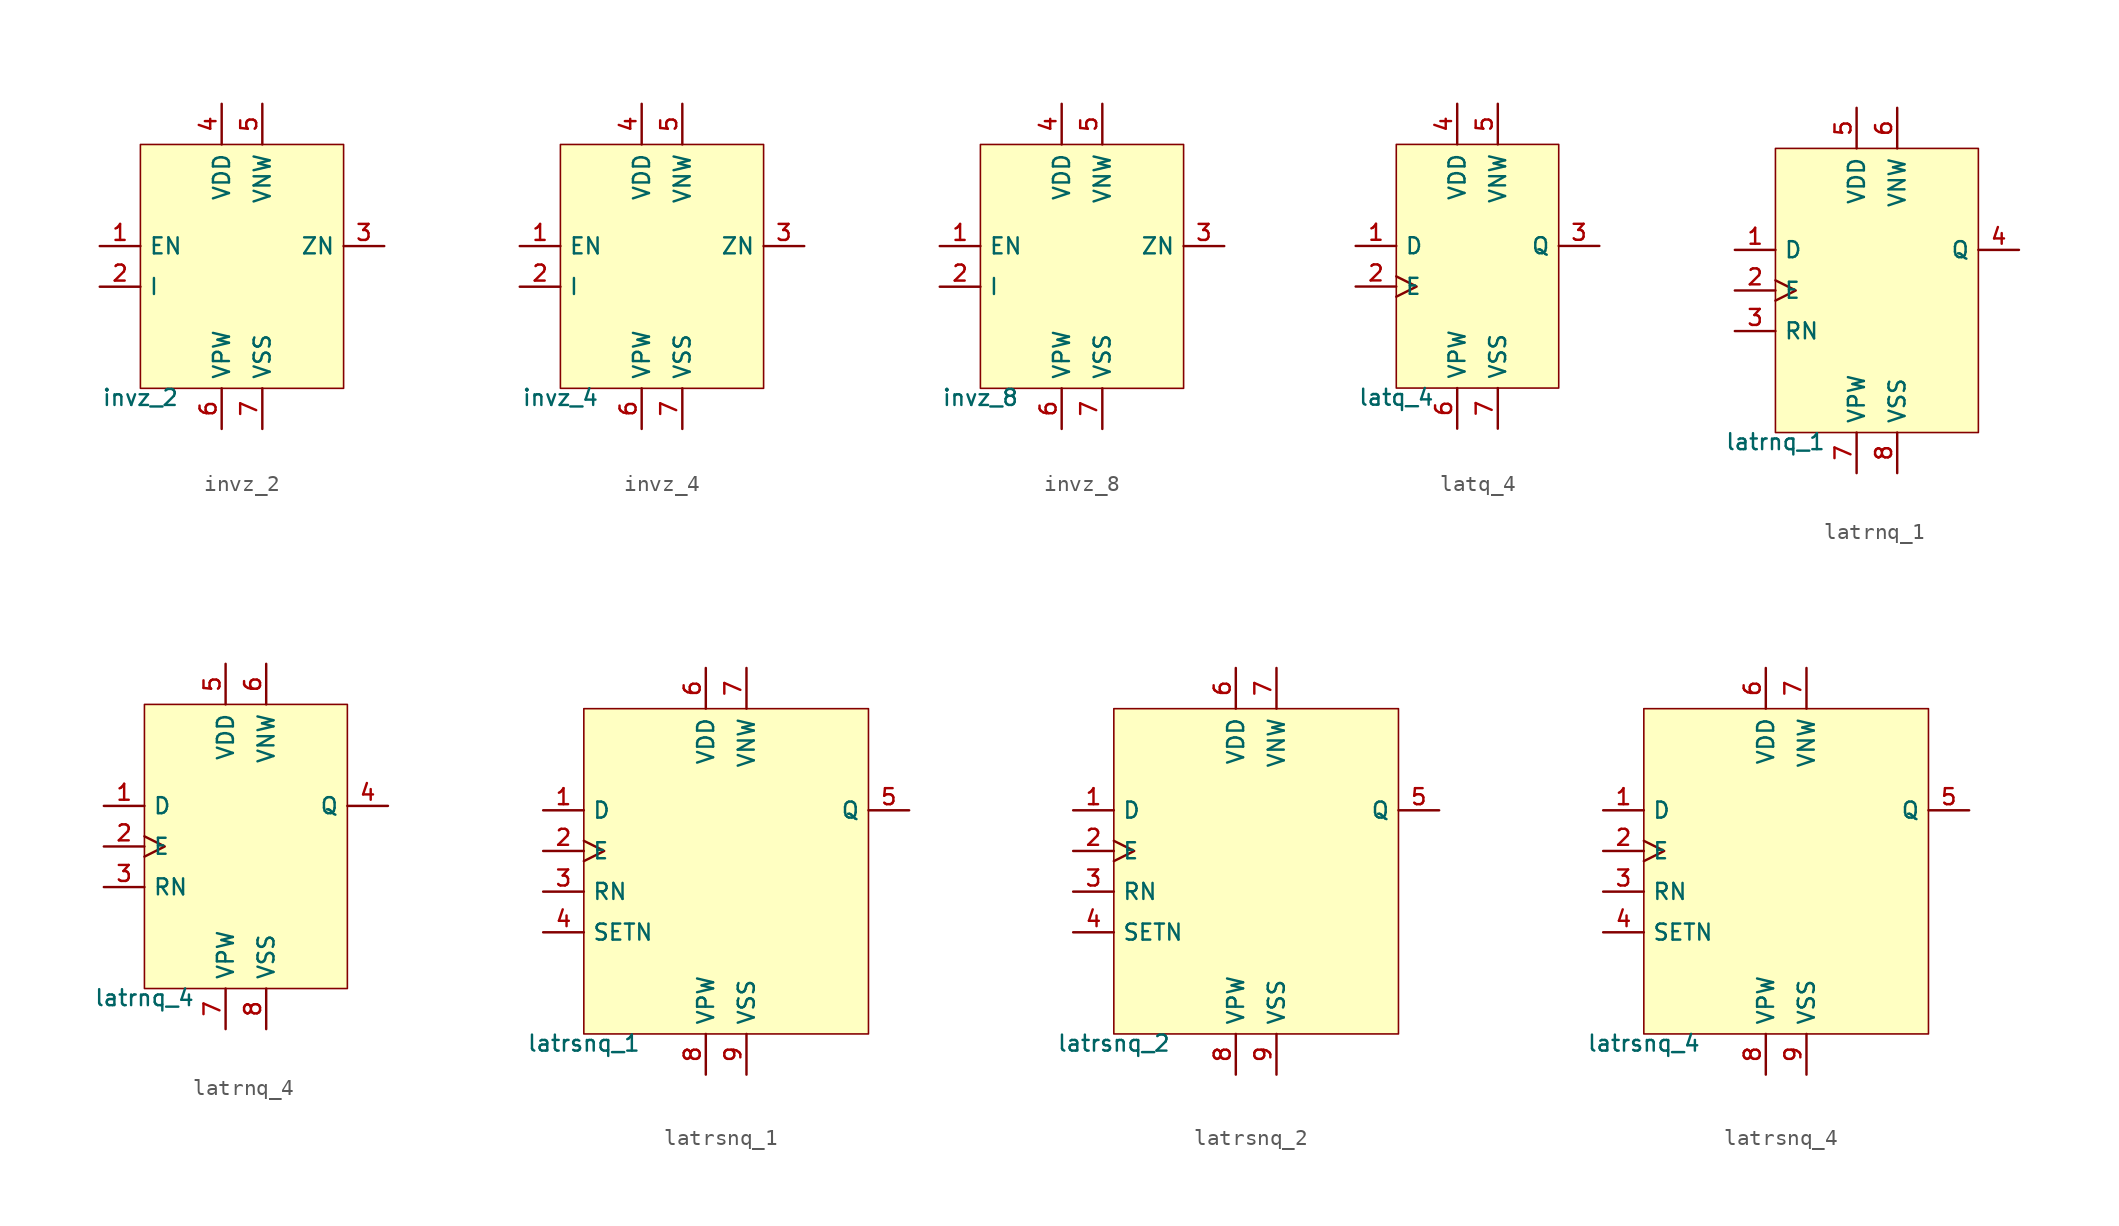
<source format=kicad_sym>
(kicad_symbol_lib
  (version 20211014)
  (generator pdk2kicad)
  (symbol "invz_2"
    (property "Reference" "X"
      (at 0 0 0)
      (effects (font (size 1 1)) hide))
    (property "Value" "invz_2"
      (at -6.35 -7.62 0)
      (effects (font (size 1 1)) (justify top)))
    (rectangle
      (start -6.35 -7.62)
      (end 6.35 7.62)
      (stroke (width 0.1) (type solid) (color 0 0 0 0))
      (fill (type background)))
    (pin input line
      (at -8.89 1.27 0)
      (length 2.54)
      (name "EN" (effects (font (size 1 1)) hide))
      (number "1" (effects (font (size 1 1)) hide)))
    (pin input line
      (at -8.89 -1.27 0)
      (length 2.54)
      (name "I" (effects (font (size 1 1)) hide))
      (number "2" (effects (font (size 1 1)) hide)))
    (pin output line
      (at 8.89 1.27 180)
      (length 2.54)
      (name "ZN" (effects (font (size 1 1)) hide))
      (number "3" (effects (font (size 1 1)) hide)))
    (pin power_in line
      (at -1.27 10.16 270)
      (length 2.54)
      (name "VDD" (effects (font (size 1 1)) hide))
      (number "4" (effects (font (size 1 1)) hide)))
    (pin power_in line
      (at 1.27 10.16 270)
      (length 2.54)
      (name "VNW" (effects (font (size 1 1)) hide))
      (number "5" (effects (font (size 1 1)) hide)))
    (pin power_in line
      (at -1.27 -10.16 90)
      (length 2.54)
      (name "VPW" (effects (font (size 1 1)) hide))
      (number "6" (effects (font (size 1 1)) hide)))
    (pin power_in line
      (at 1.27 -10.16 90)
      (length 2.54)
      (name "VSS" (effects (font (size 1 1)) hide))
      (number "7" (effects (font (size 1 1)) hide))))
  (symbol "invz_4"
    (property "Reference" "X"
      (at 0 0 0)
      (effects (font (size 1 1)) hide))
    (property "Value" "invz_4"
      (at -6.35 -7.62 0)
      (effects (font (size 1 1)) (justify top)))
    (rectangle
      (start -6.35 -7.62)
      (end 6.35 7.62)
      (stroke (width 0.1) (type solid) (color 0 0 0 0))
      (fill (type background)))
    (pin input line
      (at -8.89 1.27 0)
      (length 2.54)
      (name "EN" (effects (font (size 1 1)) hide))
      (number "1" (effects (font (size 1 1)) hide)))
    (pin input line
      (at -8.89 -1.27 0)
      (length 2.54)
      (name "I" (effects (font (size 1 1)) hide))
      (number "2" (effects (font (size 1 1)) hide)))
    (pin output line
      (at 8.89 1.27 180)
      (length 2.54)
      (name "ZN" (effects (font (size 1 1)) hide))
      (number "3" (effects (font (size 1 1)) hide)))
    (pin power_in line
      (at -1.27 10.16 270)
      (length 2.54)
      (name "VDD" (effects (font (size 1 1)) hide))
      (number "4" (effects (font (size 1 1)) hide)))
    (pin power_in line
      (at 1.27 10.16 270)
      (length 2.54)
      (name "VNW" (effects (font (size 1 1)) hide))
      (number "5" (effects (font (size 1 1)) hide)))
    (pin power_in line
      (at -1.27 -10.16 90)
      (length 2.54)
      (name "VPW" (effects (font (size 1 1)) hide))
      (number "6" (effects (font (size 1 1)) hide)))
    (pin power_in line
      (at 1.27 -10.16 90)
      (length 2.54)
      (name "VSS" (effects (font (size 1 1)) hide))
      (number "7" (effects (font (size 1 1)) hide))))
  (symbol "invz_8"
    (property "Reference" "X"
      (at 0 0 0)
      (effects (font (size 1 1)) hide))
    (property "Value" "invz_8"
      (at -6.35 -7.62 0)
      (effects (font (size 1 1)) (justify top)))
    (rectangle
      (start -6.35 -7.62)
      (end 6.35 7.62)
      (stroke (width 0.1) (type solid) (color 0 0 0 0))
      (fill (type background)))
    (pin input line
      (at -8.89 1.27 0)
      (length 2.54)
      (name "EN" (effects (font (size 1 1)) hide))
      (number "1" (effects (font (size 1 1)) hide)))
    (pin input line
      (at -8.89 -1.27 0)
      (length 2.54)
      (name "I" (effects (font (size 1 1)) hide))
      (number "2" (effects (font (size 1 1)) hide)))
    (pin output line
      (at 8.89 1.27 180)
      (length 2.54)
      (name "ZN" (effects (font (size 1 1)) hide))
      (number "3" (effects (font (size 1 1)) hide)))
    (pin power_in line
      (at -1.27 10.16 270)
      (length 2.54)
      (name "VDD" (effects (font (size 1 1)) hide))
      (number "4" (effects (font (size 1 1)) hide)))
    (pin power_in line
      (at 1.27 10.16 270)
      (length 2.54)
      (name "VNW" (effects (font (size 1 1)) hide))
      (number "5" (effects (font (size 1 1)) hide)))
    (pin power_in line
      (at -1.27 -10.16 90)
      (length 2.54)
      (name "VPW" (effects (font (size 1 1)) hide))
      (number "6" (effects (font (size 1 1)) hide)))
    (pin power_in line
      (at 1.27 -10.16 90)
      (length 2.54)
      (name "VSS" (effects (font (size 1 1)) hide))
      (number "7" (effects (font (size 1 1)) hide))))
  (symbol "latq_4"
    (property "Reference" "X"
      (at 0 0 0)
      (effects (font (size 1 1)) hide))
    (property "Value" "latq_4"
      (at -5.08 -7.62 0)
      (effects (font (size 1 1)) (justify top)))
    (rectangle
      (start -5.08 -7.62)
      (end 5.08 7.62)
      (stroke (width 0.1) (type solid) (color 0 0 0 0))
      (fill (type background)))
    (pin input line
      (at -7.62 1.27 0)
      (length 2.54)
      (name "D" (effects (font (size 1 1)) hide))
      (number "1" (effects (font (size 1 1)) hide)))
    (pin input clock
      (at -7.62 -1.27 0)
      (length 2.54)
      (name "E" (effects (font (size 1 1)) hide))
      (number "2" (effects (font (size 1 1)) hide)))
    (pin output line
      (at 7.62 1.27 180)
      (length 2.54)
      (name "Q" (effects (font (size 1 1)) hide))
      (number "3" (effects (font (size 1 1)) hide)))
    (pin power_in line
      (at -1.27 10.16 270)
      (length 2.54)
      (name "VDD" (effects (font (size 1 1)) hide))
      (number "4" (effects (font (size 1 1)) hide)))
    (pin power_in line
      (at 1.27 10.16 270)
      (length 2.54)
      (name "VNW" (effects (font (size 1 1)) hide))
      (number "5" (effects (font (size 1 1)) hide)))
    (pin power_in line
      (at -1.27 -10.16 90)
      (length 2.54)
      (name "VPW" (effects (font (size 1 1)) hide))
      (number "6" (effects (font (size 1 1)) hide)))
    (pin power_in line
      (at 1.27 -10.16 90)
      (length 2.54)
      (name "VSS" (effects (font (size 1 1)) hide))
      (number "7" (effects (font (size 1 1)) hide))))
  (symbol "latrnq_1"
    (property "Reference" "X"
      (at 0 0 0)
      (effects (font (size 1 1)) hide))
    (property "Value" "latrnq_1"
      (at -6.35 -8.89 0)
      (effects (font (size 1 1)) (justify top)))
    (rectangle
      (start -6.35 -8.89)
      (end 6.35 8.89)
      (stroke (width 0.1) (type solid) (color 0 0 0 0))
      (fill (type background)))
    (pin input line
      (at -8.89 2.54 0)
      (length 2.54)
      (name "D" (effects (font (size 1 1)) hide))
      (number "1" (effects (font (size 1 1)) hide)))
    (pin input clock
      (at -8.89 4.440892098500626e-16 0)
      (length 2.54)
      (name "E" (effects (font (size 1 1)) hide))
      (number "2" (effects (font (size 1 1)) hide)))
    (pin input line
      (at -8.89 -2.54 0)
      (length 2.54)
      (name "RN" (effects (font (size 1 1)) hide))
      (number "3" (effects (font (size 1 1)) hide)))
    (pin output line
      (at 8.89 2.54 180)
      (length 2.54)
      (name "Q" (effects (font (size 1 1)) hide))
      (number "4" (effects (font (size 1 1)) hide)))
    (pin power_in line
      (at -1.27 11.43 270)
      (length 2.54)
      (name "VDD" (effects (font (size 1 1)) hide))
      (number "5" (effects (font (size 1 1)) hide)))
    (pin power_in line
      (at 1.27 11.43 270)
      (length 2.54)
      (name "VNW" (effects (font (size 1 1)) hide))
      (number "6" (effects (font (size 1 1)) hide)))
    (pin power_in line
      (at -1.27 -11.43 90)
      (length 2.54)
      (name "VPW" (effects (font (size 1 1)) hide))
      (number "7" (effects (font (size 1 1)) hide)))
    (pin power_in line
      (at 1.27 -11.43 90)
      (length 2.54)
      (name "VSS" (effects (font (size 1 1)) hide))
      (number "8" (effects (font (size 1 1)) hide))))
  (symbol "latrnq_4"
    (property "Reference" "X"
      (at 0 0 0)
      (effects (font (size 1 1)) hide))
    (property "Value" "latrnq_4"
      (at -6.35 -8.89 0)
      (effects (font (size 1 1)) (justify top)))
    (rectangle
      (start -6.35 -8.89)
      (end 6.35 8.89)
      (stroke (width 0.1) (type solid) (color 0 0 0 0))
      (fill (type background)))
    (pin input line
      (at -8.89 2.54 0)
      (length 2.54)
      (name "D" (effects (font (size 1 1)) hide))
      (number "1" (effects (font (size 1 1)) hide)))
    (pin input clock
      (at -8.89 4.440892098500626e-16 0)
      (length 2.54)
      (name "E" (effects (font (size 1 1)) hide))
      (number "2" (effects (font (size 1 1)) hide)))
    (pin input line
      (at -8.89 -2.54 0)
      (length 2.54)
      (name "RN" (effects (font (size 1 1)) hide))
      (number "3" (effects (font (size 1 1)) hide)))
    (pin output line
      (at 8.89 2.54 180)
      (length 2.54)
      (name "Q" (effects (font (size 1 1)) hide))
      (number "4" (effects (font (size 1 1)) hide)))
    (pin power_in line
      (at -1.27 11.43 270)
      (length 2.54)
      (name "VDD" (effects (font (size 1 1)) hide))
      (number "5" (effects (font (size 1 1)) hide)))
    (pin power_in line
      (at 1.27 11.43 270)
      (length 2.54)
      (name "VNW" (effects (font (size 1 1)) hide))
      (number "6" (effects (font (size 1 1)) hide)))
    (pin power_in line
      (at -1.27 -11.43 90)
      (length 2.54)
      (name "VPW" (effects (font (size 1 1)) hide))
      (number "7" (effects (font (size 1 1)) hide)))
    (pin power_in line
      (at 1.27 -11.43 90)
      (length 2.54)
      (name "VSS" (effects (font (size 1 1)) hide))
      (number "8" (effects (font (size 1 1)) hide))))
  (symbol "latrsnq_1"
    (property "Reference" "X"
      (at 0 0 0)
      (effects (font (size 1 1)) hide))
    (property "Value" "latrsnq_1"
      (at -8.89 -10.16 0)
      (effects (font (size 1 1)) (justify top)))
    (rectangle
      (start -8.89 -10.16)
      (end 8.89 10.16)
      (stroke (width 0.1) (type solid) (color 0 0 0 0))
      (fill (type background)))
    (pin input line
      (at -11.43 3.81 0)
      (length 2.54)
      (name "D" (effects (font (size 1 1)) hide))
      (number "1" (effects (font (size 1 1)) hide)))
    (pin input clock
      (at -11.43 1.27 0)
      (length 2.54)
      (name "E" (effects (font (size 1 1)) hide))
      (number "2" (effects (font (size 1 1)) hide)))
    (pin input line
      (at -11.43 -1.27 0)
      (length 2.54)
      (name "RN" (effects (font (size 1 1)) hide))
      (number "3" (effects (font (size 1 1)) hide)))
    (pin input line
      (at -11.43 -3.81 0)
      (length 2.54)
      (name "SETN" (effects (font (size 1 1)) hide))
      (number "4" (effects (font (size 1 1)) hide)))
    (pin output line
      (at 11.43 3.81 180)
      (length 2.54)
      (name "Q" (effects (font (size 1 1)) hide))
      (number "5" (effects (font (size 1 1)) hide)))
    (pin power_in line
      (at -1.27 12.7 270)
      (length 2.54)
      (name "VDD" (effects (font (size 1 1)) hide))
      (number "6" (effects (font (size 1 1)) hide)))
    (pin power_in line
      (at 1.27 12.7 270)
      (length 2.54)
      (name "VNW" (effects (font (size 1 1)) hide))
      (number "7" (effects (font (size 1 1)) hide)))
    (pin power_in line
      (at -1.27 -12.7 90)
      (length 2.54)
      (name "VPW" (effects (font (size 1 1)) hide))
      (number "8" (effects (font (size 1 1)) hide)))
    (pin power_in line
      (at 1.27 -12.7 90)
      (length 2.54)
      (name "VSS" (effects (font (size 1 1)) hide))
      (number "9" (effects (font (size 1 1)) hide))))
  (symbol "latrsnq_2"
    (property "Reference" "X"
      (at 0 0 0)
      (effects (font (size 1 1)) hide))
    (property "Value" "latrsnq_2"
      (at -8.89 -10.16 0)
      (effects (font (size 1 1)) (justify top)))
    (rectangle
      (start -8.89 -10.16)
      (end 8.89 10.16)
      (stroke (width 0.1) (type solid) (color 0 0 0 0))
      (fill (type background)))
    (pin input line
      (at -11.43 3.81 0)
      (length 2.54)
      (name "D" (effects (font (size 1 1)) hide))
      (number "1" (effects (font (size 1 1)) hide)))
    (pin input clock
      (at -11.43 1.27 0)
      (length 2.54)
      (name "E" (effects (font (size 1 1)) hide))
      (number "2" (effects (font (size 1 1)) hide)))
    (pin input line
      (at -11.43 -1.27 0)
      (length 2.54)
      (name "RN" (effects (font (size 1 1)) hide))
      (number "3" (effects (font (size 1 1)) hide)))
    (pin input line
      (at -11.43 -3.81 0)
      (length 2.54)
      (name "SETN" (effects (font (size 1 1)) hide))
      (number "4" (effects (font (size 1 1)) hide)))
    (pin output line
      (at 11.43 3.81 180)
      (length 2.54)
      (name "Q" (effects (font (size 1 1)) hide))
      (number "5" (effects (font (size 1 1)) hide)))
    (pin power_in line
      (at -1.27 12.7 270)
      (length 2.54)
      (name "VDD" (effects (font (size 1 1)) hide))
      (number "6" (effects (font (size 1 1)) hide)))
    (pin power_in line
      (at 1.27 12.7 270)
      (length 2.54)
      (name "VNW" (effects (font (size 1 1)) hide))
      (number "7" (effects (font (size 1 1)) hide)))
    (pin power_in line
      (at -1.27 -12.7 90)
      (length 2.54)
      (name "VPW" (effects (font (size 1 1)) hide))
      (number "8" (effects (font (size 1 1)) hide)))
    (pin power_in line
      (at 1.27 -12.7 90)
      (length 2.54)
      (name "VSS" (effects (font (size 1 1)) hide))
      (number "9" (effects (font (size 1 1)) hide))))
  (symbol "latrsnq_4"
    (property "Reference" "X"
      (at 0 0 0)
      (effects (font (size 1 1)) hide))
    (property "Value" "latrsnq_4"
      (at -8.89 -10.16 0)
      (effects (font (size 1 1)) (justify top)))
    (rectangle
      (start -8.89 -10.16)
      (end 8.89 10.16)
      (stroke (width 0.1) (type solid) (color 0 0 0 0))
      (fill (type background)))
    (pin input line
      (at -11.43 3.81 0)
      (length 2.54)
      (name "D" (effects (font (size 1 1)) hide))
      (number "1" (effects (font (size 1 1)) hide)))
    (pin input clock
      (at -11.43 1.27 0)
      (length 2.54)
      (name "E" (effects (font (size 1 1)) hide))
      (number "2" (effects (font (size 1 1)) hide)))
    (pin input line
      (at -11.43 -1.27 0)
      (length 2.54)
      (name "RN" (effects (font (size 1 1)) hide))
      (number "3" (effects (font (size 1 1)) hide)))
    (pin input line
      (at -11.43 -3.81 0)
      (length 2.54)
      (name "SETN" (effects (font (size 1 1)) hide))
      (number "4" (effects (font (size 1 1)) hide)))
    (pin output line
      (at 11.43 3.81 180)
      (length 2.54)
      (name "Q" (effects (font (size 1 1)) hide))
      (number "5" (effects (font (size 1 1)) hide)))
    (pin power_in line
      (at -1.27 12.7 270)
      (length 2.54)
      (name "VDD" (effects (font (size 1 1)) hide))
      (number "6" (effects (font (size 1 1)) hide)))
    (pin power_in line
      (at 1.27 12.7 270)
      (length 2.54)
      (name "VNW" (effects (font (size 1 1)) hide))
      (number "7" (effects (font (size 1 1)) hide)))
    (pin power_in line
      (at -1.27 -12.7 90)
      (length 2.54)
      (name "VPW" (effects (font (size 1 1)) hide))
      (number "8" (effects (font (size 1 1)) hide)))
    (pin power_in line
      (at 1.27 -12.7 90)
      (length 2.54)
      (name "VSS" (effects (font (size 1 1)) hide))
      (number "9" (effects (font (size 1 1)) hide)))))
</source>
